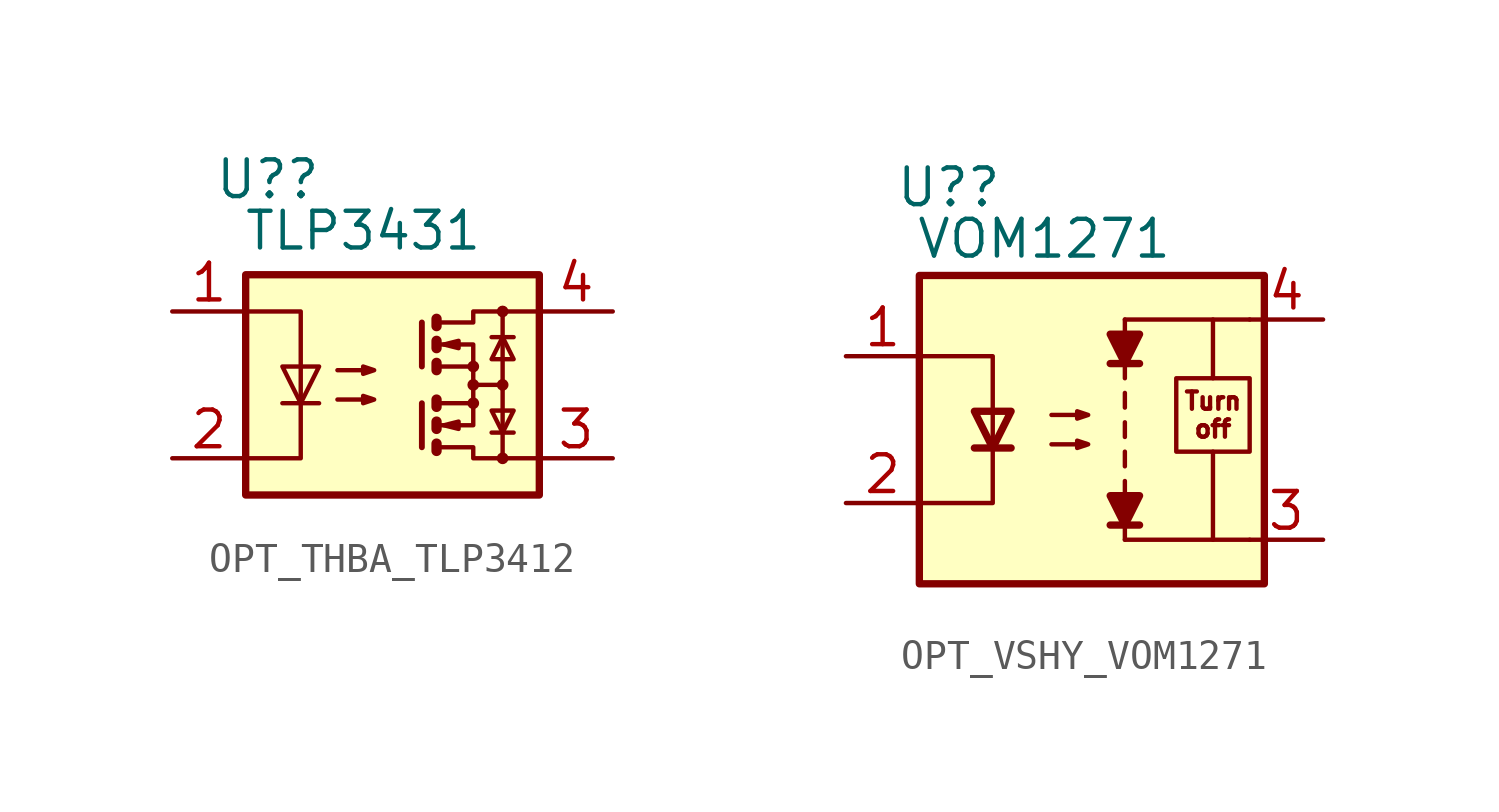
<source format=kicad_sym>
(kicad_symbol_lib
  (version 20231120)
  (generator "kicad_symbol_editor")
  (generator_version "8.0")
  (symbol "OPT_THBA_TLP3412"
    (property "Reference" "U?"
      (at -4.318 7.112 0)
      (effects (font (size 1.27 1.27))))
    (property "Value" "TLP3431"
      (at -1.016 5.334 0)
      (effects (font (size 1.27 1.27))))
    (symbol "OPT_THBA_TLP3412_0_1"
      (rectangle (start -5.08 3.81) (end 5.08 -3.81) (stroke (width 0.254) (type default)) (fill (type background)))
      (polyline (pts (xy -3.81 -0.635) (xy -2.54 -0.635)) (stroke (width 0) (type default)) (fill (type none)))
      (polyline (pts (xy 1.016 -0.635) (xy 1.016 -2.159)) (stroke (width 0.203) (type default)) (fill (type none)))
      (polyline (pts (xy 1.016 2.159) (xy 1.016 0.635)) (stroke (width 0.203) (type default)) (fill (type none)))
      (polyline (pts (xy 1.524 -0.508) (xy 1.524 -0.762)) (stroke (width 0.356) (type default)) (fill (type none)))
      (polyline (pts (xy 2.794 0) (xy 3.81 0)) (stroke (width 0) (type default)) (fill (type none)))
      (polyline (pts (xy 3.429 -1.651) (xy 4.191 -1.651)) (stroke (width 0) (type default)) (fill (type none)))
      (polyline (pts (xy 3.429 1.651) (xy 4.191 1.651)) (stroke (width 0) (type default)) (fill (type none)))
      (polyline (pts (xy 3.81 -2.54) (xy 3.81 2.54)) (stroke (width 0) (type default)) (fill (type none)))
      (polyline (pts (xy 1.524 -2.032) (xy 1.524 -2.286) (xy 1.524 -2.286)) (stroke (width 0.356) (type default)) (fill (type none)))
      (polyline (pts (xy 1.524 -1.27) (xy 1.524 -1.524) (xy 1.524 -1.524)) (stroke (width 0.356) (type default)) (fill (type none)))
      (polyline (pts (xy 1.524 0.762) (xy 1.524 0.508) (xy 1.524 0.508)) (stroke (width 0.356) (type default)) (fill (type none)))
      (polyline (pts (xy 1.524 1.524) (xy 1.524 1.27) (xy 1.524 1.27)) (stroke (width 0.356) (type default)) (fill (type none)))
      (polyline (pts (xy 1.524 2.286) (xy 1.524 2.032) (xy 1.524 2.032)) (stroke (width 0.356) (type default)) (fill (type none)))
      (polyline (pts (xy 1.651 -1.397) (xy 2.794 -1.397) (xy 2.794 -0.635)) (stroke (width 0) (type default)) (fill (type none)))
      (polyline (pts (xy 1.651 1.397) (xy 2.794 1.397) (xy 2.794 0.635)) (stroke (width 0) (type default)) (fill (type none)))
      (polyline (pts (xy -5.08 2.54) (xy -3.175 2.54) (xy -3.175 -2.54) (xy -5.08 -2.54)) (stroke (width 0) (type default)) (fill (type none)))
      (polyline (pts (xy -3.175 -0.635) (xy -3.81 0.635) (xy -2.54 0.635) (xy -3.175 -0.635)) (stroke (width 0) (type default)) (fill (type none)))
      (polyline (pts (xy 1.651 -2.159) (xy 2.794 -2.159) (xy 2.794 -2.54) (xy 5.08 -2.54)) (stroke (width 0) (type default)) (fill (type none)))
      (polyline (pts (xy 1.651 -0.635) (xy 2.794 -0.635) (xy 2.794 0.635) (xy 1.651 0.635)) (stroke (width 0) (type default)) (fill (type none)))
      (polyline (pts (xy 1.651 2.159) (xy 2.794 2.159) (xy 2.794 2.54) (xy 5.08 2.54)) (stroke (width 0) (type default)) (fill (type none)))
      (polyline (pts (xy 1.778 -1.397) (xy 2.286 -1.27) (xy 2.286 -1.524) (xy 1.778 -1.397)) (stroke (width 0) (type default)) (fill (type none)))
      (polyline (pts (xy 1.778 1.397) (xy 2.286 1.524) (xy 2.286 1.27) (xy 1.778 1.397)) (stroke (width 0) (type default)) (fill (type none)))
      (polyline (pts (xy 3.81 -1.651) (xy 3.429 -0.889) (xy 4.191 -0.889) (xy 3.81 -1.651)) (stroke (width 0) (type default)) (fill (type none)))
      (polyline (pts (xy 3.81 1.651) (xy 3.429 0.889) (xy 4.191 0.889) (xy 3.81 1.651)) (stroke (width 0) (type default)) (fill (type none)))
      (polyline (pts (xy -1.905 -0.508) (xy -0.635 -0.508) (xy -1.016 -0.635) (xy -1.016 -0.381) (xy -0.635 -0.508)) (stroke (width 0) (type default)) (fill (type none)))
      (polyline (pts (xy -1.905 0.508) (xy -0.635 0.508) (xy -1.016 0.381) (xy -1.016 0.635) (xy -0.635 0.508)) (stroke (width 0) (type default)) (fill (type none)))
      (circle (center 2.794 -0.635) (radius 0.127) (stroke (width 0) (type default)) (fill (type none)))
      (circle (center 2.794 0) (radius 0.127) (stroke (width 0) (type default)) (fill (type none)))
      (circle (center 2.794 0.635) (radius 0.127) (stroke (width 0) (type default)) (fill (type none)))
      (circle (center 3.81 -2.54) (radius 0.127) (stroke (width 0) (type default)) (fill (type none)))
      (circle (center 3.81 0) (radius 0.127) (stroke (width 0) (type default)) (fill (type none)))
      (circle (center 3.81 2.54) (radius 0.127) (stroke (width 0) (type default)) (fill (type none))))
    (symbol "OPT_THBA_TLP3412_1_1"
      (pin passive line (at -7.62 2.54 0) (length 2.54) (name "~" (effects (font (size 1.27 1.27)))) (number "1" (effects (font (size 1.27 1.27)))))
      (pin passive line (at -7.62 -2.54 0) (length 2.54) (name "~" (effects (font (size 1.27 1.27)))) (number "2" (effects (font (size 1.27 1.27)))))
      (pin passive line (at 7.62 -2.54 180) (length 2.54) (name "~" (effects (font (size 1.27 1.27)))) (number "3" (effects (font (size 1.27 1.27)))))
      (pin passive line (at 7.62 2.54 180) (length 2.54) (name "~" (effects (font (size 1.27 1.27)))) (number "4" (effects (font (size 1.27 1.27)))))))
  (symbol "OPT_VSHY_VOM1271"
    (property "Reference" "U?"
      (at -5.334 8.382 0)
      (effects (font (size 1.27 1.27))))
    (property "Value" "VOM1271"
      (at -2.032 6.604 0)
      (effects (font (size 1.27 1.27))))
    (symbol "OPT_VSHY_VOM1271_0_1"
      (rectangle (start -6.35 5.334) (end 5.588 -5.334) (stroke (width 0.254) (type default)) (fill (type background)))
      (polyline (pts (xy -4.445 -0.635) (xy -3.175 -0.635)) (stroke (width 0.254) (type default)) (fill (type none)))
      (polyline (pts (xy 0.254 -3.302) (xy 1.27 -3.302)) (stroke (width 0.254) (type default)) (fill (type none)))
      (polyline (pts (xy 0.254 2.286) (xy 1.27 2.286)) (stroke (width 0.254) (type default)) (fill (type none)))
      (polyline (pts (xy 0.762 -3.81) (xy 0.762 -1.778)) (stroke (width 0) (type default)) (fill (type none)))
      (polyline (pts (xy 0.762 -3.81) (xy 5.08 -3.81)) (stroke (width 0) (type default)) (fill (type none)))
      (polyline (pts (xy 0.762 3.81) (xy 0.762 1.778)) (stroke (width 0) (type default)) (fill (type none)))
      (polyline (pts (xy 0.762 3.81) (xy 5.08 3.81)) (stroke (width 0) (type default)) (fill (type none)))
      (polyline (pts (xy -6.35 2.54) (xy -3.81 2.54) (xy -3.81 -0.635)) (stroke (width 0) (type default)) (fill (type none)))
      (polyline (pts (xy -3.81 -0.635) (xy -3.81 -2.54) (xy -6.35 -2.54)) (stroke (width 0) (type default)) (fill (type none)))
      (polyline (pts (xy -3.81 -0.635) (xy -4.445 0.635) (xy -3.175 0.635) (xy -3.81 -0.635)) (stroke (width 0.254) (type default)) (fill (type none)))
      (polyline (pts (xy -1.778 -0.508) (xy -0.508 -0.508) (xy -0.889 -0.635) (xy -0.889 -0.381) (xy -0.508 -0.508)) (stroke (width 0) (type default)) (fill (type none)))
      (polyline (pts (xy -1.778 0.508) (xy -0.508 0.508) (xy -0.889 0.381) (xy -0.889 0.635) (xy -0.508 0.508)) (stroke (width 0) (type default)) (fill (type none))))
    (symbol "OPT_VSHY_VOM1271_1_1"
      (polyline (pts (xy 0.762 -1.27) (xy 0.762 -0.762)) (stroke (width 0) (type default)) (fill (type none)))
      (polyline (pts (xy 0.762 -0.254) (xy 0.762 0.254)) (stroke (width 0) (type default)) (fill (type none)))
      (polyline (pts (xy 0.762 0.762) (xy 0.762 1.27)) (stroke (width 0) (type default)) (fill (type none)))
      (polyline (pts (xy 3.81 -0.762) (xy 3.81 -3.81)) (stroke (width 0) (type default)) (fill (type none)))
      (polyline (pts (xy 3.81 3.81) (xy 3.81 1.778)) (stroke (width 0) (type default)) (fill (type none)))
      (polyline (pts (xy 0.762 -3.302) (xy 0.254 -2.286) (xy 1.27 -2.286) (xy 0.762 -3.302)) (stroke (width 0.254) (type default)) (fill (type outline)))
      (polyline (pts (xy 0.762 2.286) (xy 0.254 3.302) (xy 1.27 3.302) (xy 0.762 2.286)) (stroke (width 0.254) (type default)) (fill (type outline)))
      (rectangle (start 2.54 1.778) (end 5.08 -0.762) (stroke (width 0) (type default)) (fill (type none)))
      (text "Turn\noff" (at 3.81 0.508 0) (effects (font (size 0.6 0.6))))
      (pin passive line (at -8.89 2.54 0) (length 2.54) (name "~" (effects (font (size 1.27 1.27)))) (number "1" (effects (font (size 1.27 1.27)))))
      (pin passive line (at -8.89 -2.54 0) (length 2.54) (name "~" (effects (font (size 1.27 1.27)))) (number "2" (effects (font (size 1.27 1.27)))))
      (pin passive line (at 7.62 -3.81 180) (length 2.54) (name "~" (effects (font (size 1.27 1.27)))) (number "3" (effects (font (size 1.27 1.27)))))
      (pin passive line (at 7.62 3.81 180) (length 2.54) (name "~" (effects (font (size 1.27 1.27)))) (number "4" (effects (font (size 1.27 1.27))))))))
</source>
